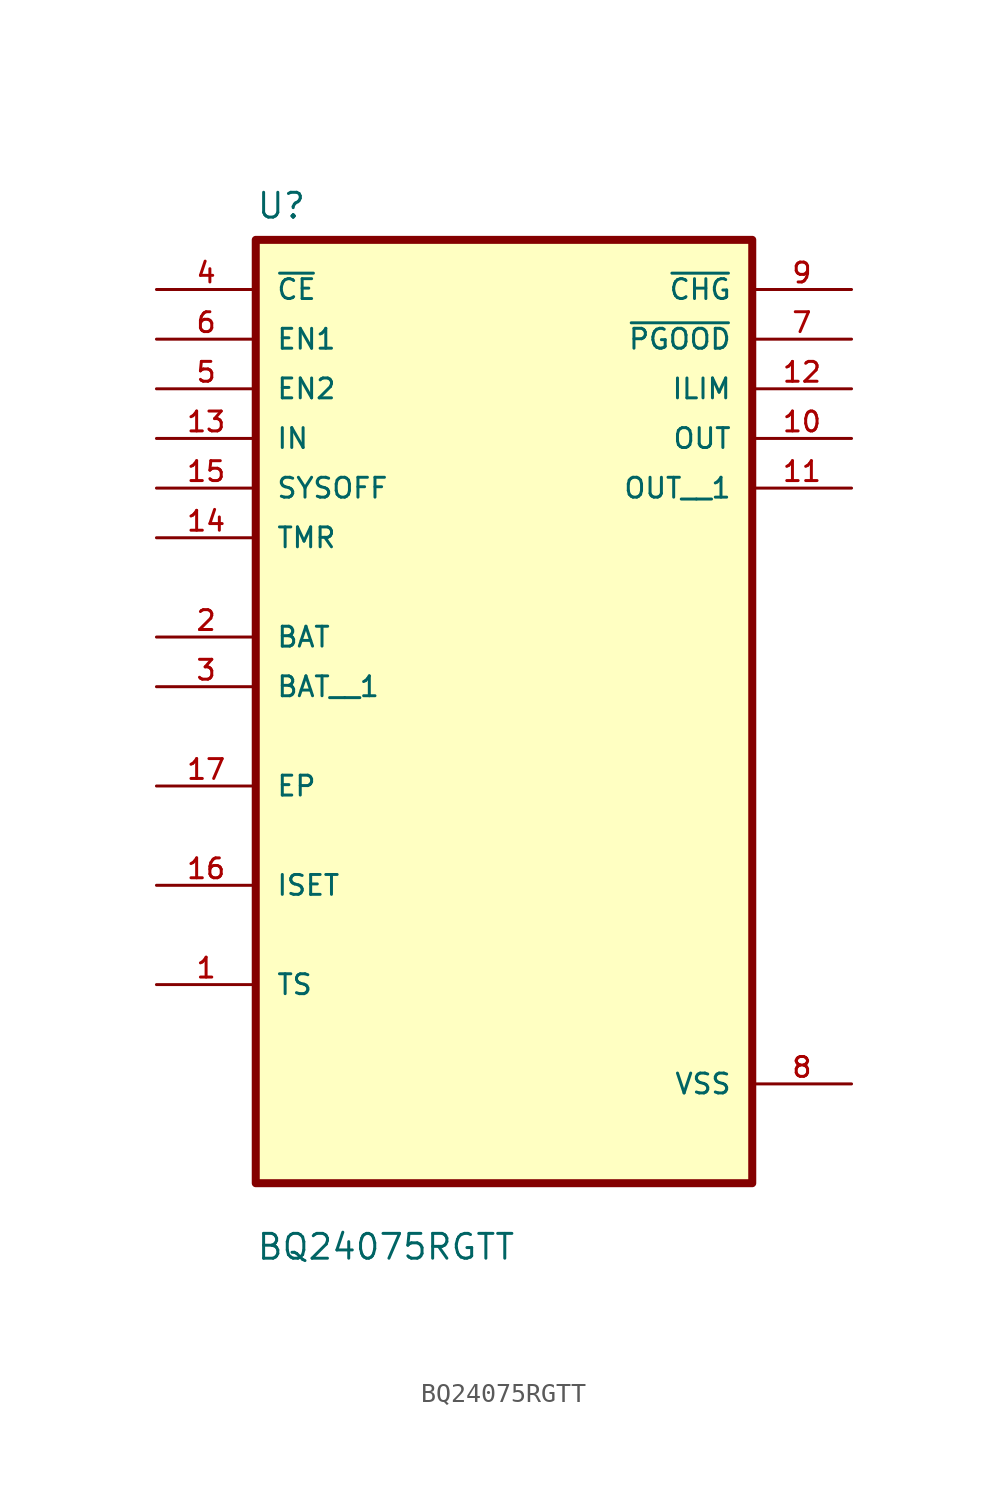
<source format=kicad_sym>
(kicad_symbol_lib
  (version 20211014)
  (generator kicad_symbol_editor)
  (symbol "BQ24075RGTT"
    (pin_names
      (offset 1.016))
    (property "Reference" "U"
      (at -12.7 23.86 0.0)
      (effects (font (size 1.27 1.27)) (justify bottom left)))
    (property "Value" "BQ24075RGTT"
      (at -12.7 -29.4 0.0)
      (effects (font (size 1.27 1.27)) (justify bottom left)))
    (symbol "BQ24075RGTT_0_0"
      (rectangle (start -12.7 -25.4) (end 12.7 22.86) (stroke (width 0.41)) (fill (type background)))
      (pin input line (at -17.78 20.32 0) (length 5.08) (name "~{CE}" (effects (font (size 1.016 1.016)))) (number "4" (effects (font (size 1.016 1.016)))))
      (pin input line (at -17.78 17.78 0) (length 5.08) (name "EN1" (effects (font (size 1.016 1.016)))) (number "6" (effects (font (size 1.016 1.016)))))
      (pin input line (at -17.78 15.24 0) (length 5.08) (name "EN2" (effects (font (size 1.016 1.016)))) (number "5" (effects (font (size 1.016 1.016)))))
      (pin input line (at -17.78 12.7 0) (length 5.08) (name "IN" (effects (font (size 1.016 1.016)))) (number "13" (effects (font (size 1.016 1.016)))))
      (pin input line (at -17.78 10.16 0) (length 5.08) (name "SYSOFF" (effects (font (size 1.016 1.016)))) (number "15" (effects (font (size 1.016 1.016)))))
      (pin input line (at -17.78 7.62 0) (length 5.08) (name "TMR" (effects (font (size 1.016 1.016)))) (number "14" (effects (font (size 1.016 1.016)))))
      (pin bidirectional line (at -17.78 2.54 0) (length 5.08) (name "BAT" (effects (font (size 1.016 1.016)))) (number "2" (effects (font (size 1.016 1.016)))))
      (pin bidirectional line (at -17.78 -5.08 0) (length 5.08) (name "EP" (effects (font (size 1.016 1.016)))) (number "17" (effects (font (size 1.016 1.016)))))
      (pin bidirectional line (at -17.78 -10.16 0) (length 5.08) (name "ISET" (effects (font (size 1.016 1.016)))) (number "16" (effects (font (size 1.016 1.016)))))
      (pin bidirectional line (at -17.78 -15.24 0) (length 5.08) (name "TS" (effects (font (size 1.016 1.016)))) (number "1" (effects (font (size 1.016 1.016)))))
      (pin output line (at 17.78 20.32 180.0) (length 5.08) (name "~{CHG}" (effects (font (size 1.016 1.016)))) (number "9" (effects (font (size 1.016 1.016)))))
      (pin output line (at 17.78 17.78 180.0) (length 5.08) (name "~{PGOOD}" (effects (font (size 1.016 1.016)))) (number "7" (effects (font (size 1.016 1.016)))))
      (pin output line (at 17.78 15.24 180.0) (length 5.08) (name "ILIM" (effects (font (size 1.016 1.016)))) (number "12" (effects (font (size 1.016 1.016)))))
      (pin output line (at 17.78 12.7 180.0) (length 5.08) (name "OUT" (effects (font (size 1.016 1.016)))) (number "10" (effects (font (size 1.016 1.016)))))
      (pin power_in line (at 17.78 -20.32 180.0) (length 5.08) (name "VSS" (effects (font (size 1.016 1.016)))) (number "8" (effects (font (size 1.016 1.016)))))
      (pin bidirectional line (at -17.78 0.0 0) (length 5.08) (name "BAT__1" (effects (font (size 1.016 1.016)))) (number "3" (effects (font (size 1.016 1.016)))))
      (pin output line (at 17.78 10.16 180.0) (length 5.08) (name "OUT__1" (effects (font (size 1.016 1.016)))) (number "11" (effects (font (size 1.016 1.016))))))))
</source>
